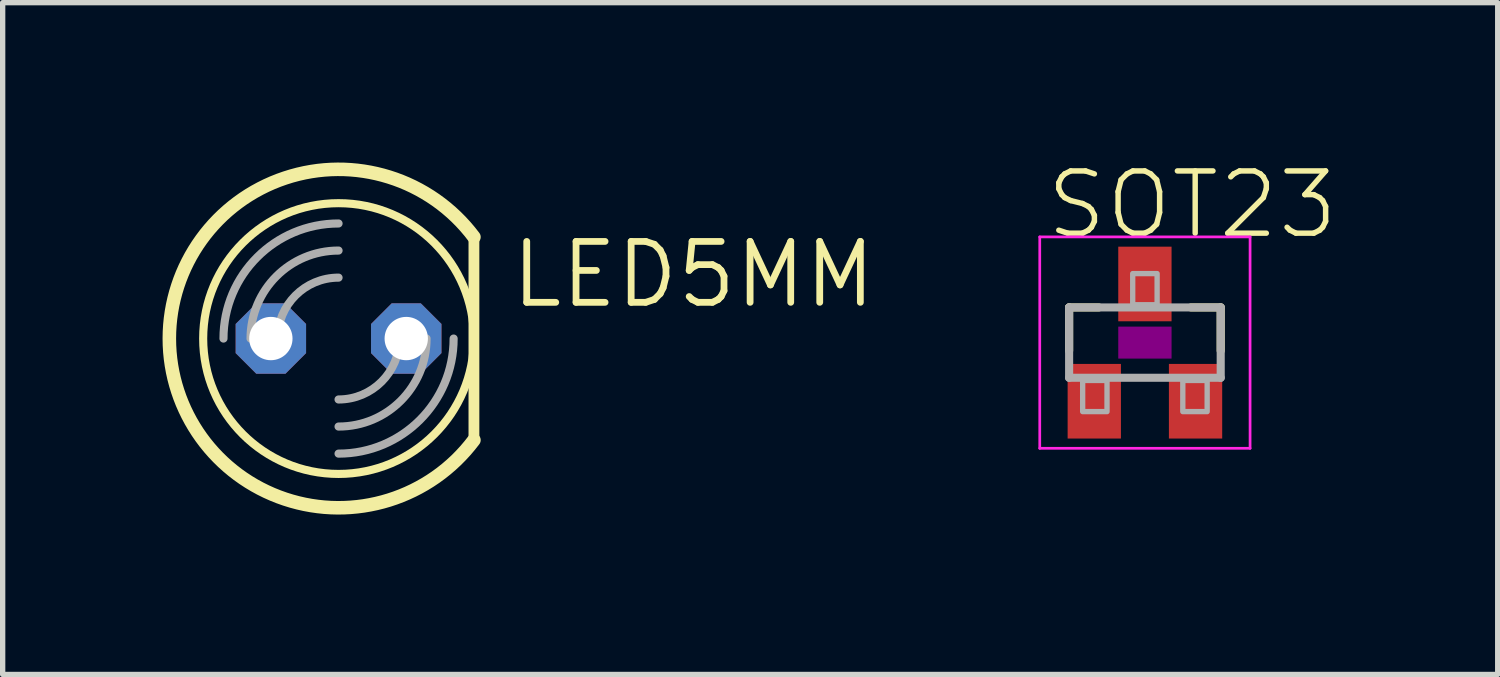
<source format=kicad_pcb>
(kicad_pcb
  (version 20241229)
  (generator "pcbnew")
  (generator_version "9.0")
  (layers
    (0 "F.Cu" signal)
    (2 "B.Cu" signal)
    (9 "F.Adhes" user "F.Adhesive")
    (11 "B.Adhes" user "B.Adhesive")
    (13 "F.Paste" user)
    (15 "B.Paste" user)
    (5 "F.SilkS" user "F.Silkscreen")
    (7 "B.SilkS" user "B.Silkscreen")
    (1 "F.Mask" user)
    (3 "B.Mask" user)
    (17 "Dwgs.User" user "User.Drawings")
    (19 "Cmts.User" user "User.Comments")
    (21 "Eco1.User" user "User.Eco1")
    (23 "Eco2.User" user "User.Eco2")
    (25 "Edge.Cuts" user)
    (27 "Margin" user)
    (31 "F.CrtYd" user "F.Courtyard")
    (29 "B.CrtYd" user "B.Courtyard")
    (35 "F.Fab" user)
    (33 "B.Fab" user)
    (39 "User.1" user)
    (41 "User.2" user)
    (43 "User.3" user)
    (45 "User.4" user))
  (footprint "SOT23"
    (layer "F.Cu")
    (at 18.431 3.378)
    (property "Reference" "SOT23" (at -1.905 -1.905 0) (unlocked yes) (layer "F.SilkS") (effects (font (size 1.168 1.168) (thickness 0.102)) (justify left bottom)))
    (fp_line (start -1.422 -0.66) (end -0.864 -0.66) (stroke (width 0.152) (type solid)) (layer "F.SilkS"))
    (fp_line (start -1.422 0.152) (end -1.422 -0.66) (stroke (width 0.152) (type solid)) (layer "F.SilkS"))
    (fp_line (start 0.864 -0.66) (end 1.422 -0.66) (stroke (width 0.152) (type solid)) (layer "F.SilkS"))
    (fp_line (start 1.422 -0.66) (end 1.422 0.152) (stroke (width 0.152) (type solid)) (layer "F.SilkS"))
    (fp_poly (pts (xy -0.5 0.3) (xy 0.5 0.3) (xy 0.5 -0.3) (xy -0.5 -0.3)) (stroke (width 0) (type default)) (fill yes) (layer "F.Adhes"))
    (fp_line (start -1.973 -1.983) (end 1.973 -1.983) (stroke (width 0.051) (type solid)) (layer "F.CrtYd"))
    (fp_line (start -1.973 1.983) (end -1.973 -1.983) (stroke (width 0.051) (type solid)) (layer "F.CrtYd"))
    (fp_line (start 1.973 -1.983) (end 1.973 1.983) (stroke (width 0.051) (type solid)) (layer "F.CrtYd"))
    (fp_line (start 1.973 1.983) (end -1.973 1.983) (stroke (width 0.051) (type solid)) (layer "F.CrtYd"))
    (fp_line (start -1.422 -0.66) (end 1.422 -0.66) (stroke (width 0.152) (type solid)) (layer "F.Fab"))
    (fp_line (start -1.422 0.66) (end -1.422 -0.66) (stroke (width 0.152) (type solid)) (layer "F.Fab"))
    (fp_line (start 1.422 -0.66) (end 1.422 0.66) (stroke (width 0.152) (type solid)) (layer "F.Fab"))
    (fp_line (start 1.422 0.66) (end -1.422 0.66) (stroke (width 0.152) (type solid)) (layer "F.Fab"))
    (fp_poly (pts (xy -1.168 1.295) (xy -0.711 1.295) (xy -0.711 0.711) (xy -1.168 0.711)) (stroke (width 0.1) (type default)) (fill no) (layer "F.Fab"))
    (fp_poly (pts (xy -0.229 -0.711) (xy 0.229 -0.711) (xy 0.229 -1.295) (xy -0.229 -1.295)) (stroke (width 0.1) (type default)) (fill no) (layer "F.Fab"))
    (fp_poly (pts (xy 0.711 1.295) (xy 1.168 1.295) (xy 1.168 0.711) (xy 0.711 0.711)) (stroke (width 0.1) (type default)) (fill no) (layer "F.Fab"))
    (pad "1" smd rect (at -0.95 1.1) (size 1 1.4) (layers "F.Cu" "F.Mask" "F.Paste"))
    (pad "2" smd rect (at 0.95 1.1) (size 1 1.4) (layers "F.Cu" "F.Mask" "F.Paste"))
    (pad "3" smd rect (at 0 -1.1) (size 1 1.4) (layers "F.Cu" "F.Mask" "F.Paste")))
  (footprint "LED5MM"
    (layer "F.Cu")
    (at 3.302 3.302)
    (property "Reference" "LED5MM" (at 3.175 -0.533 0) (unlocked yes) (layer "F.SilkS") (effects (font (size 1.143 1.143) (thickness 0.127)) (justify left bottom)))
    (fp_line (start 2.54 1.905) (end 2.54 -1.905) (stroke (width 0.203) (type solid)) (layer "F.SilkS"))
    (fp_arc (start 2.54 1.905) (mid -3.175 0) (end 2.54 -1.905) (stroke (width 0.254) (type solid)) (layer "F.SilkS"))
    (fp_circle (center 0 0) (end 2.54 0) (stroke (width 0.152) (type solid)) (fill no) (layer "F.SilkS"))
    (fp_arc (start -2.159 0) (mid -1.526644 -1.526644) (end 0 -2.159) (stroke (width 0.1524) (type solid)) (layer "F.Fab"))
    (fp_arc (start -1.651 0) (mid -1.167433 -1.167433) (end 0 -1.651) (stroke (width 0.1524) (type solid)) (layer "F.Fab"))
    (fp_arc (start -1.143 0) (mid -0.808223 -0.808223) (end 0 -1.143) (stroke (width 0.1524) (type solid)) (layer "F.Fab"))
    (fp_arc (start 1.143 0) (mid 0.808223 0.808223) (end 0 1.143) (stroke (width 0.1524) (type solid)) (layer "F.Fab"))
    (fp_arc (start 1.651 0) (mid 1.167433 1.167433) (end 0 1.651) (stroke (width 0.1524) (type solid)) (layer "F.Fab"))
    (fp_arc (start 2.159 0) (mid 1.526644 1.526644) (end 0 2.159) (stroke (width 0.1524) (type solid)) (layer "F.Fab"))
    (pad "A" thru_hole roundrect (at -1.27 0) (size 1.321 1.321) (drill 0.813) (layers "*.Cu" "*.Mask") (roundrect_rratio 0.25) (chamfer_ratio 0.293) (chamfer top_left top_right bottom_left bottom_right))
    (pad "K" thru_hole roundrect (at 1.27 0) (size 1.321 1.321) (drill 0.813) (layers "*.Cu" "*.Mask") (roundrect_rratio 0.25) (chamfer_ratio 0.293) (chamfer top_left top_right bottom_left bottom_right)))
  (gr_rect
    (start -3 -3)
    (end 25.05 9.604)
    (stroke (width 0.1) (type default))
    (fill no)
    (layer "Edge.Cuts")))
</source>
